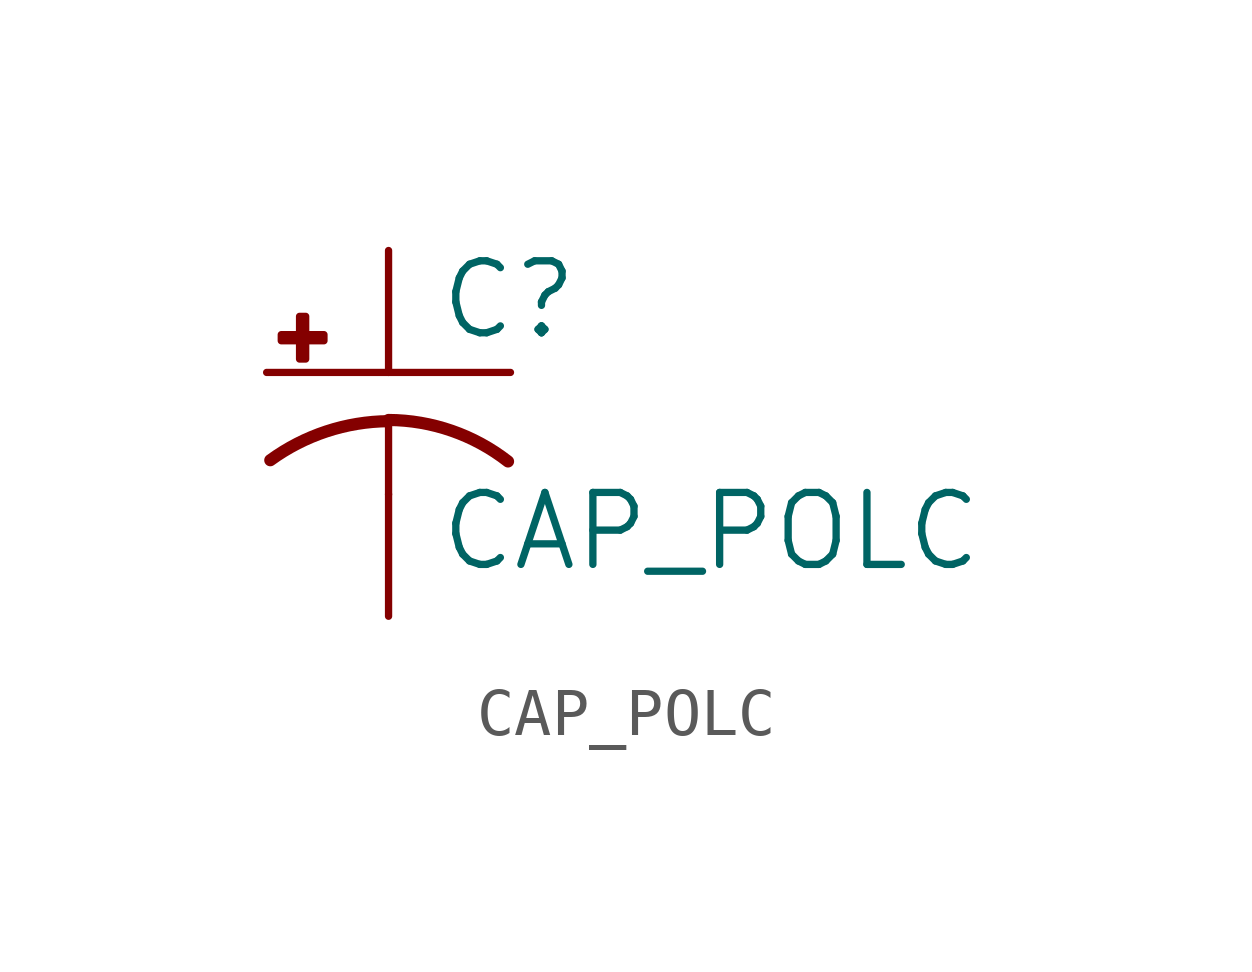
<source format=kicad_sym>
(kicad_symbol_lib
  (version 20211014)
  (generator kicad_symbol_editor)
  (symbol "CAP_POLC"
    (pin_names
      (offset 1.016))
    (property "Reference" "C"
      (at 1.016 0.635 0)
      (effects (font (size 1.499 1.499)) (justify left bottom)))
    (property "Value" "CAP_POLC"
      (at 1.016 -4.191 0)
      (effects (font (size 1.499 1.499)) (justify left bottom)))
    (property "ki_locked" ""
      (at 0 0 0)
      (effects (font (size 1.27 1.27))))
    (symbol "CAP_POLC_1_0"
      (rectangle (start -2.235 0.66) (end -1.346 0.787) (stroke (width 0) (type default) (color 0 0 0 0)) (fill (type outline)))
      (rectangle (start -1.854 0.279) (end -1.727 1.168) (stroke (width 0) (type default) (color 0 0 0 0)) (fill (type outline)))
      (arc (start 0 -1.016) (mid -1.2939 -1.2289) (end -2.4638 -1.8288) (stroke (width 0.254) (type default) (color 0 0 0 0)) (fill (type none)))
      (polyline (pts (xy -2.54 0) (xy 2.54 0)) (stroke (width 0) (type default) (color 0 0 0 0)) (fill (type none)))
      (polyline (pts (xy 0 -1.016) (xy 0 -2.54)) (stroke (width 0) (type default) (color 0 0 0 0)) (fill (type none)))
      (arc (start 2.4892 -1.8542) (mid 1.3167 -1.2157) (end 0 -0.9906) (stroke (width 0.254) (type default) (color 0 0 0 0)) (fill (type none)))
      (pin passive line (at 0 2.54 270) (length 2.54) (name "+" (effects (font (size 0 0)))) (number "+" (effects (font (size 0 0)))))
      (pin passive line (at 0 -5.08 90) (length 2.54) (name "-" (effects (font (size 0 0)))) (number "-" (effects (font (size 0 0))))))))
</source>
